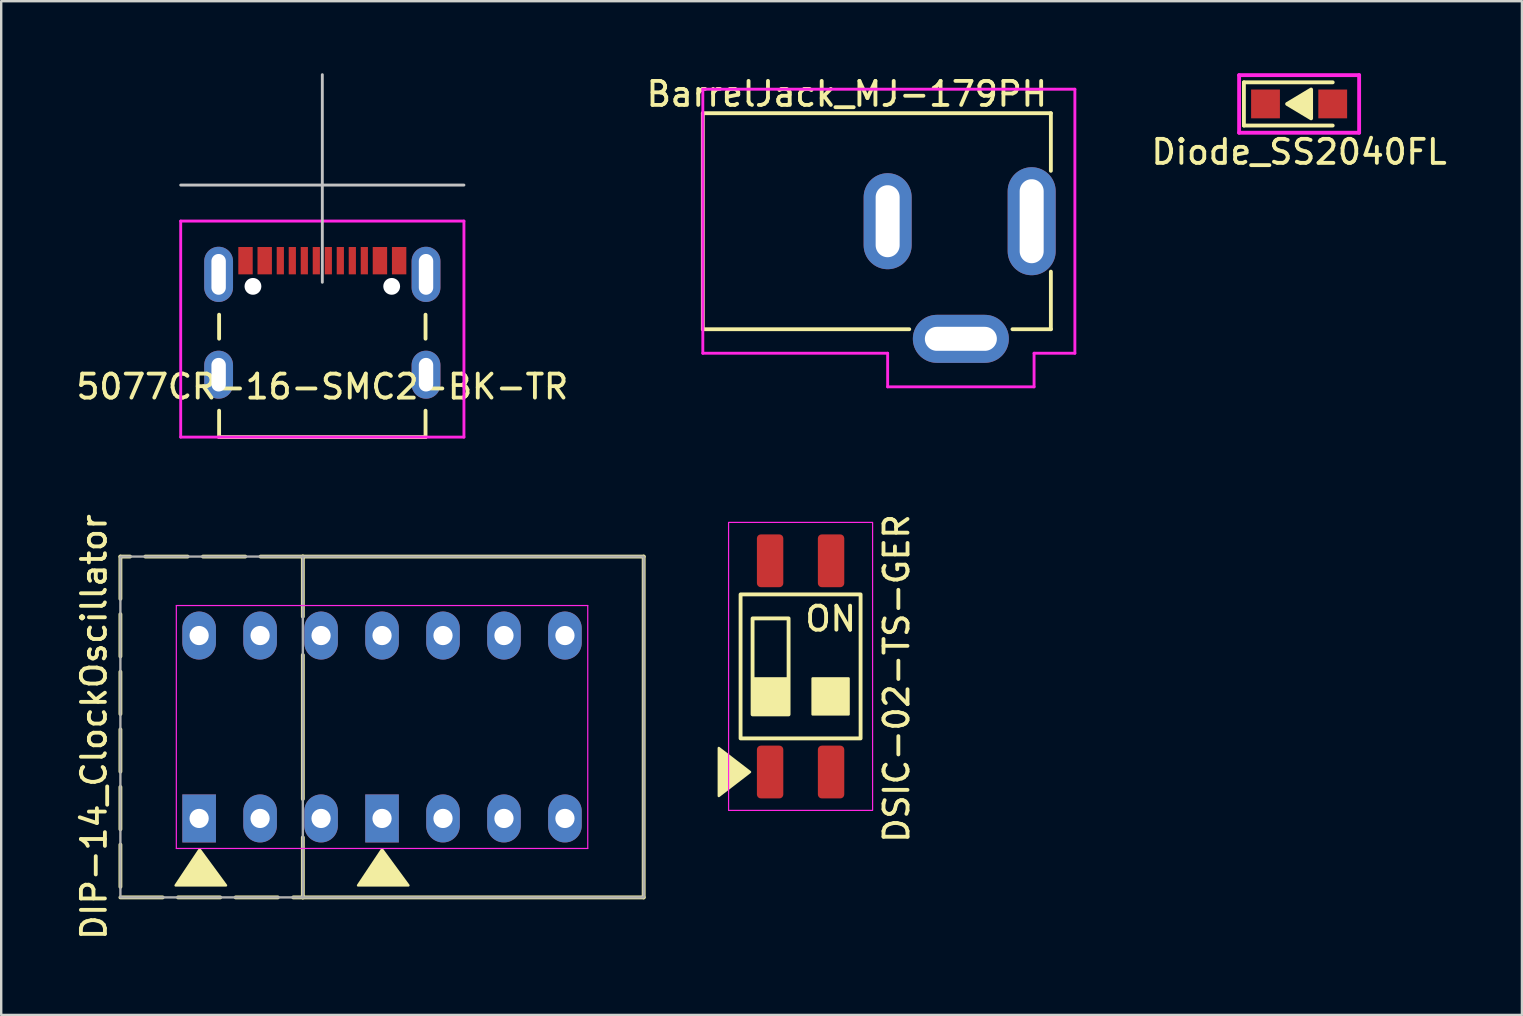
<source format=kicad_pcb>
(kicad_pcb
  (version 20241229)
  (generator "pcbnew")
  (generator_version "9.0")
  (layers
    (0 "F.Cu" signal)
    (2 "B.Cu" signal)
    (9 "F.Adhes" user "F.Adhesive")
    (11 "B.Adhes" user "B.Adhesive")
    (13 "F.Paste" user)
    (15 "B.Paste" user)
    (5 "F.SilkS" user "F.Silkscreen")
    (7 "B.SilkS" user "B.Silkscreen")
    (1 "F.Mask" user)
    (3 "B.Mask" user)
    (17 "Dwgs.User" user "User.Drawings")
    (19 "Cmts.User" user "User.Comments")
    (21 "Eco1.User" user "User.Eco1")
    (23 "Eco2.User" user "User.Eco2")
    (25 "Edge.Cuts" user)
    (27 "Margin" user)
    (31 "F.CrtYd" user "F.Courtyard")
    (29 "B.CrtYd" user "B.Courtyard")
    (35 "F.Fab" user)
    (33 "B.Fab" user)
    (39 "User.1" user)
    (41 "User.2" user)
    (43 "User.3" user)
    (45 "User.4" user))
  (footprint "DSIC-02-TS-GER"
    (layer "F.Cu")
    (at 30.303 24.713)
    (property "Reference" "DSIC-02-TS-GER" (at 4 0.5 90) (unlocked yes) (layer "F.SilkS") (effects (font (size 1 1) (thickness 0.16))))
    (attr smd)
    (fp_rect (start -2.5 -3) (end 2.5 3) (stroke (width 0.16) (type solid)) (fill no) (layer "F.SilkS"))
    (fp_rect (start -2 -2) (end -0.5 2) (stroke (width 0.16) (type solid)) (fill no) (layer "F.SilkS"))
    (fp_rect (start -2 0.5) (end -0.5 2) (stroke (width 0.1) (type solid)) (fill yes) (layer "F.SilkS"))
    (fp_rect (start 0.5 0.5) (end 2 2) (stroke (width 0.1) (type solid)) (fill yes) (layer "F.SilkS"))
    (fp_poly (pts (xy -2.107 4.399) (xy -3.407 3.399) (xy -3.407 5.399)) (stroke (width 0.1) (type solid)) (fill yes) (layer "F.SilkS"))
    (fp_rect (start -3 -6) (end 3 6) (stroke (width 0.05) (type default)) (fill no) (layer "F.CrtYd"))
    (fp_text user "ON" (at 0.1 -1.4 0) (unlocked yes) (layer "F.SilkS") (effects (font (size 1 1) (thickness 0.16)) (justify left bottom)))
    (pad "1" smd roundrect (at -1.27 4.4) (size 1.1 2.2) (layers "F.Cu" "F.Mask" "F.Paste") (roundrect_rratio 0.15))
    (pad "2" smd roundrect (at 1.27 4.4) (size 1.1 2.2) (layers "F.Cu" "F.Mask" "F.Paste") (roundrect_rratio 0.15))
    (pad "3" smd roundrect (at 1.27 -4.4) (size 1.1 2.2) (layers "F.Cu" "F.Mask" "F.Paste") (roundrect_rratio 0.15))
    (pad "4" smd roundrect (at -1.27 -4.4) (size 1.1 2.2) (layers "F.Cu" "F.Mask" "F.Paste") (roundrect_rratio 0.15)))
  (footprint "DIP-14_ClockOscillator"
    (layer "F.Cu")
    (at 12.866 27.237)
    (property "Reference" "DIP-14_ClockOscillator" (at -12 0 90) (layer "F.SilkS") (effects (font (size 1 1) (thickness 0.16))))
    (attr through_hole)
    (fp_line (start -10.9 -7.1) (end -10.9 7.1) (stroke (width 0.16) (type dash)) (layer "F.SilkS"))
    (fp_line (start -10.9 7.1) (end -3.3 7.1) (stroke (width 0.16) (type dash)) (layer "F.SilkS"))
    (fp_line (start -3.3 -7.1) (end -10.9 -7.1) (stroke (width 0.16) (type dash)) (layer "F.SilkS"))
    (fp_line (start -3.3 -7.1) (end -3.3 -4.6) (stroke (width 0.16) (type solid)) (layer "F.SilkS"))
    (fp_line (start -3.3 -7.1) (end 10.9 -7.1) (stroke (width 0.16) (type solid)) (layer "F.SilkS"))
    (fp_line (start -3.3 -3) (end -3.3 3) (stroke (width 0.16) (type solid)) (layer "F.SilkS"))
    (fp_line (start -3.3 4.6) (end -3.3 7.1) (stroke (width 0.16) (type solid)) (layer "F.SilkS"))
    (fp_line (start 10.9 -7.1) (end 10.9 7.1) (stroke (width 0.16) (type solid)) (layer "F.SilkS"))
    (fp_line (start 10.9 7.1) (end -3.3 7.1) (stroke (width 0.16) (type solid)) (layer "F.SilkS"))
    (fp_poly (pts (xy -7.6 5.1) (xy -8.6 6.6) (xy -6.5 6.6)) (stroke (width 0.1) (type solid)) (fill yes) (layer "F.SilkS"))
    (fp_poly (pts (xy 0 5.1) (xy -1 6.6) (xy 1.1 6.6)) (stroke (width 0.1) (type solid)) (fill yes) (layer "F.SilkS"))
    (fp_line (start -8.57 -5.06) (end 8.57 -5.06) (stroke (width 0.05) (type default)) (layer "F.CrtYd"))
    (fp_line (start -8.57 5.06) (end -8.57 -5.06) (stroke (width 0.05) (type default)) (layer "F.CrtYd"))
    (fp_line (start 8.57 -5.06) (end 8.57 5.06) (stroke (width 0.05) (type default)) (layer "F.CrtYd"))
    (fp_line (start 8.57 5.06) (end -8.57 5.06) (stroke (width 0.05) (type default)) (layer "F.CrtYd"))
    (fp_line (start -3.3 -7.1) (end -3.3 7.1) (stroke (width 0.1) (type solid)) (layer "F.Fab"))
    (fp_rect (start -10.9 -7.1) (end 10.9 7.1) (stroke (width 0.1) (type solid)) (fill no) (layer "F.Fab"))
    (pad "1" thru_hole rect (at -7.62 3.81) (size 1.4 2) (drill 0.8) (layers "*.Cu" "*.Mask"))
    (pad "2" thru_hole oval (at -5.08 3.81) (size 1.4 2) (drill 0.8) (layers "*.Cu" "*.Mask"))
    (pad "3" thru_hole oval (at -2.54 3.81) (size 1.4 2) (drill 0.8) (layers "*.Cu" "*.Mask"))
    (pad "4" thru_hole rect (at 0 3.81) (size 1.4 2) (drill 0.8) (layers "*.Cu" "*.Mask"))
    (pad "5" thru_hole oval (at 2.54 3.81) (size 1.4 2) (drill 0.8) (layers "*.Cu" "*.Mask"))
    (pad "6" thru_hole oval (at 5.08 3.81) (size 1.4 2) (drill 0.8) (layers "*.Cu" "*.Mask"))
    (pad "7" thru_hole oval (at 7.62 3.81) (size 1.4 2) (drill 0.8) (layers "*.Cu" "*.Mask"))
    (pad "8" thru_hole oval (at 7.62 -3.81) (size 1.4 2) (drill 0.8) (layers "*.Cu" "*.Mask"))
    (pad "9" thru_hole oval (at 5.08 -3.81) (size 1.4 2) (drill 0.8) (layers "*.Cu" "*.Mask"))
    (pad "10" thru_hole oval (at 2.54 -3.81) (size 1.4 2) (drill 0.8) (layers "*.Cu" "*.Mask"))
    (pad "11" thru_hole oval (at 0 -3.81) (size 1.4 2) (drill 0.8) (layers "*.Cu" "*.Mask"))
    (pad "12" thru_hole oval (at -2.54 -3.81) (size 1.4 2) (drill 0.8) (layers "*.Cu" "*.Mask"))
    (pad "13" thru_hole oval (at -5.08 -3.81) (size 1.4 2) (drill 0.8) (layers "*.Cu" "*.Mask"))
    (pad "14" thru_hole oval (at -7.62 -3.81) (size 1.4 2) (drill 0.8) (layers "*.Cu" "*.Mask")))
  (footprint "Diode_SS2040FL"
    (layer "F.Cu")
    (at 51.072 1.28)
    (property "Reference" "Diode_SS2040FL" (at 0 2 0) (layer "F.SilkS") (effects (font (size 1 1) (thickness 0.16))))
    (attr through_hole)
    (fp_line (start -2.3 -0.9) (end -2.3 0.9) (stroke (width 0.16) (type solid)) (layer "F.SilkS"))
    (fp_line (start -2.3 -0.9) (end 1.4 -0.9) (stroke (width 0.16) (type solid)) (layer "F.SilkS"))
    (fp_line (start 1.4 0.9) (end -2.3 0.9) (stroke (width 0.16) (type solid)) (layer "F.SilkS"))
    (fp_poly (pts (xy -0.5 0) (xy 0.5 -0.6) (xy 0.5 0.6)) (stroke (width 0.16) (type solid)) (fill yes) (layer "F.SilkS"))
    (fp_line (start -2.5 -1.2) (end 2.5 -1.2) (stroke (width 0.16) (type solid)) (layer "F.CrtYd"))
    (fp_line (start -2.5 1.2) (end -2.5 -1.2) (stroke (width 0.16) (type solid)) (layer "F.CrtYd"))
    (fp_line (start 2.5 -1.2) (end 2.5 1.2) (stroke (width 0.16) (type solid)) (layer "F.CrtYd"))
    (fp_line (start 2.5 1.2) (end -2.5 1.2) (stroke (width 0.16) (type solid)) (layer "F.CrtYd"))
    (pad "1" smd rect (at -1.4 0) (size 1.2 1.2) (layers "F.Cu" "F.Mask" "F.Paste"))
    (pad "2" smd rect (at 1.4 0) (size 1.2 1.2) (layers "F.Cu" "F.Mask" "F.Paste")))
  (footprint "5077CR-16-SMC2-BK-TR"
    (layer "F.Cu")
    (at 10.378 12.56)
    (property "Reference" "5077CR-16-SMC2-BK-TR" (at 0 0.5 0) (layer "F.SilkS") (effects (font (size 1 1) (thickness 0.16))))
    (attr through_hole)
    (fp_line (start -4.3 -2.5) (end -4.3 -1.5) (stroke (width 0.16) (type solid)) (layer "F.SilkS"))
    (fp_line (start -4.3 1.5) (end -4.3 2.6) (stroke (width 0.16) (type solid)) (layer "F.SilkS"))
    (fp_line (start -4.3 2.6) (end 4.3 2.6) (stroke (width 0.16) (type solid)) (layer "F.SilkS"))
    (fp_line (start 4.3 -1.5) (end 4.3 -2.5) (stroke (width 0.16) (type solid)) (layer "F.SilkS"))
    (fp_line (start 4.3 2.6) (end 4.3 1.5) (stroke (width 0.16) (type solid)) (layer "F.SilkS"))
    (fp_line (start -5.9 -7.9) (end 5.9 -7.9) (stroke (width 0.12) (type solid)) (layer "Dwgs.User"))
    (fp_line (start 0 -3.85) (end 0 -12.5) (stroke (width 0.12) (type solid)) (layer "Dwgs.User"))
    (fp_line (start -5.9 -6.4) (end 5.9 -6.4) (stroke (width 0.12) (type solid)) (layer "F.CrtYd"))
    (fp_line (start -5.9 2.6) (end -5.9 -6.4) (stroke (width 0.12) (type solid)) (layer "F.CrtYd"))
    (fp_line (start -4.3 2.6) (end -5.9 2.6) (stroke (width 0.12) (type solid)) (layer "F.CrtYd"))
    (fp_line (start 5.9 -6.4) (end 5.9 2.6) (stroke (width 0.12) (type solid)) (layer "F.CrtYd"))
    (fp_line (start 5.9 2.6) (end -4.3 2.6) (stroke (width 0.12) (type solid)) (layer "F.CrtYd"))
    (pad "" np_thru_hole circle (at -2.89 -3.68) (size 0.7 0.7) (drill 0.7) (layers "*.Cu" "*.Mask"))
    (pad "" np_thru_hole circle (at 2.89 -3.68) (size 0.7 0.7) (drill 0.7) (layers "*.Cu" "*.Mask"))
    (pad "A5" smd rect (at -1.25 -4.75) (size 0.3 1.14) (layers "F.Cu" "F.Mask" "F.Paste"))
    (pad "A6" smd rect (at -0.25 -4.75) (size 0.3 1.14) (layers "F.Cu" "F.Mask" "F.Paste"))
    (pad "A7" smd rect (at 0.25 -4.75) (size 0.3 1.14) (layers "F.Cu" "F.Mask" "F.Paste"))
    (pad "A8" smd rect (at 1.25 -4.75) (size 0.3 1.14) (layers "F.Cu" "F.Mask" "F.Paste"))
    (pad "B5" smd rect (at 1.75 -4.75) (size 0.3 1.14) (layers "F.Cu" "F.Mask" "F.Paste"))
    (pad "B6" smd rect (at 0.75 -4.75) (size 0.3 1.14) (layers "F.Cu" "F.Mask" "F.Paste"))
    (pad "B7" smd rect (at -0.75 -4.75) (size 0.3 1.14) (layers "F.Cu" "F.Mask" "F.Paste"))
    (pad "B8" smd rect (at -1.75 -4.75) (size 0.3 1.14) (layers "F.Cu" "F.Mask" "F.Paste"))
    (pad "GND1" smd rect (at 3.2 -4.75) (size 0.6 1.14) (layers "F.Cu" "F.Mask" "F.Paste"))
    (pad "GND2" smd rect (at -3.2 -4.75) (size 0.6 1.14) (layers "F.Cu" "F.Mask" "F.Paste"))
    (pad "S1" thru_hole oval (at 4.32 0) (size 1.2 2) (drill oval 0.6 1.4) (layers "*.Cu" "*.Mask" "F.Paste"))
    (pad "S2" thru_hole oval (at 4.32 -4.18) (size 1.2 2.3) (drill oval 0.6 1.7) (layers "*.Cu" "*.Mask" "F.Paste"))
    (pad "S3" thru_hole oval (at -4.32 -4.18) (size 1.2 2.3) (drill oval 0.6 1.7) (layers "*.Cu" "*.Mask" "F.Paste"))
    (pad "S4" thru_hole oval (at -4.32 0) (size 1.2 2) (drill oval 0.6 1.4) (layers "*.Cu" "*.Mask" "F.Paste"))
    (pad "VBUS1" smd rect (at 2.4 -4.75) (size 0.6 1.14) (layers "F.Cu" "F.Mask" "F.Paste"))
    (pad "VBUS2" smd rect (at -2.4 -4.75) (size 0.6 1.14) (layers "F.Cu" "F.Mask" "F.Paste")))
  (footprint "BarrelJack_MJ-179PH"
    (layer "F.Cu")
    (at 26.23 6.166)
    (property "Reference" "BarrelJack_MJ-179PH" (at 6 -5.3 0) (layer "F.SilkS") (effects (font (size 1 1) (thickness 0.16))))
    (attr through_hole)
    (fp_line (start 0 -4.5) (end 14.5 -4.5) (stroke (width 0.16) (type solid)) (layer "F.SilkS"))
    (fp_line (start 0 4.5) (end 0 -4.5) (stroke (width 0.16) (type solid)) (layer "F.SilkS"))
    (fp_line (start 0 4.5) (end 8.6 4.5) (stroke (width 0.16) (type solid)) (layer "F.SilkS"))
    (fp_line (start 14.5 -4.5) (end 14.5 -2.1) (stroke (width 0.16) (type solid)) (layer "F.SilkS"))
    (fp_line (start 14.5 4.5) (end 12.9 4.5) (stroke (width 0.16) (type solid)) (layer "F.SilkS"))
    (fp_line (start 14.5 4.5) (end 14.5 2.1) (stroke (width 0.16) (type solid)) (layer "F.SilkS"))
    (fp_line (start 0 -5.5) (end 15.5 -5.5) (stroke (width 0.12) (type solid)) (layer "F.CrtYd"))
    (fp_line (start 0 5.5) (end 0 -5.5) (stroke (width 0.12) (type solid)) (layer "F.CrtYd"))
    (fp_line (start 7.7 5.5) (end 0 5.5) (stroke (width 0.12) (type solid)) (layer "F.CrtYd"))
    (fp_line (start 7.7 5.5) (end 7.7 6.9) (stroke (width 0.12) (type solid)) (layer "F.CrtYd"))
    (fp_line (start 7.7 6.9) (end 13.8 6.9) (stroke (width 0.12) (type solid)) (layer "F.CrtYd"))
    (fp_line (start 13.8 6.9) (end 13.8 5.5) (stroke (width 0.12) (type solid)) (layer "F.CrtYd"))
    (fp_line (start 15.5 -5.5) (end 15.5 5.5) (stroke (width 0.12) (type solid)) (layer "F.CrtYd"))
    (fp_line (start 15.5 5.5) (end 13.8 5.5) (stroke (width 0.12) (type solid)) (layer "F.CrtYd"))
    (pad "1" thru_hole oval (at 13.7 0) (size 2 4.5) (drill oval 1 3.5) (layers "*.Cu" "*.Mask"))
    (pad "2" thru_hole oval (at 7.7 0) (size 2 4) (drill oval 1 3) (layers "*.Cu" "*.Mask"))
    (pad "3" thru_hole oval (at 10.75 4.9 90) (size 2 4) (drill oval 1 3) (layers "*.Cu" "*.Mask")))
  (gr_rect
    (start -3 -3)
    (end 60.355 39.234)
    (stroke (width 0.1) (type default))
    (fill no)
    (layer "Edge.Cuts")))
</source>
